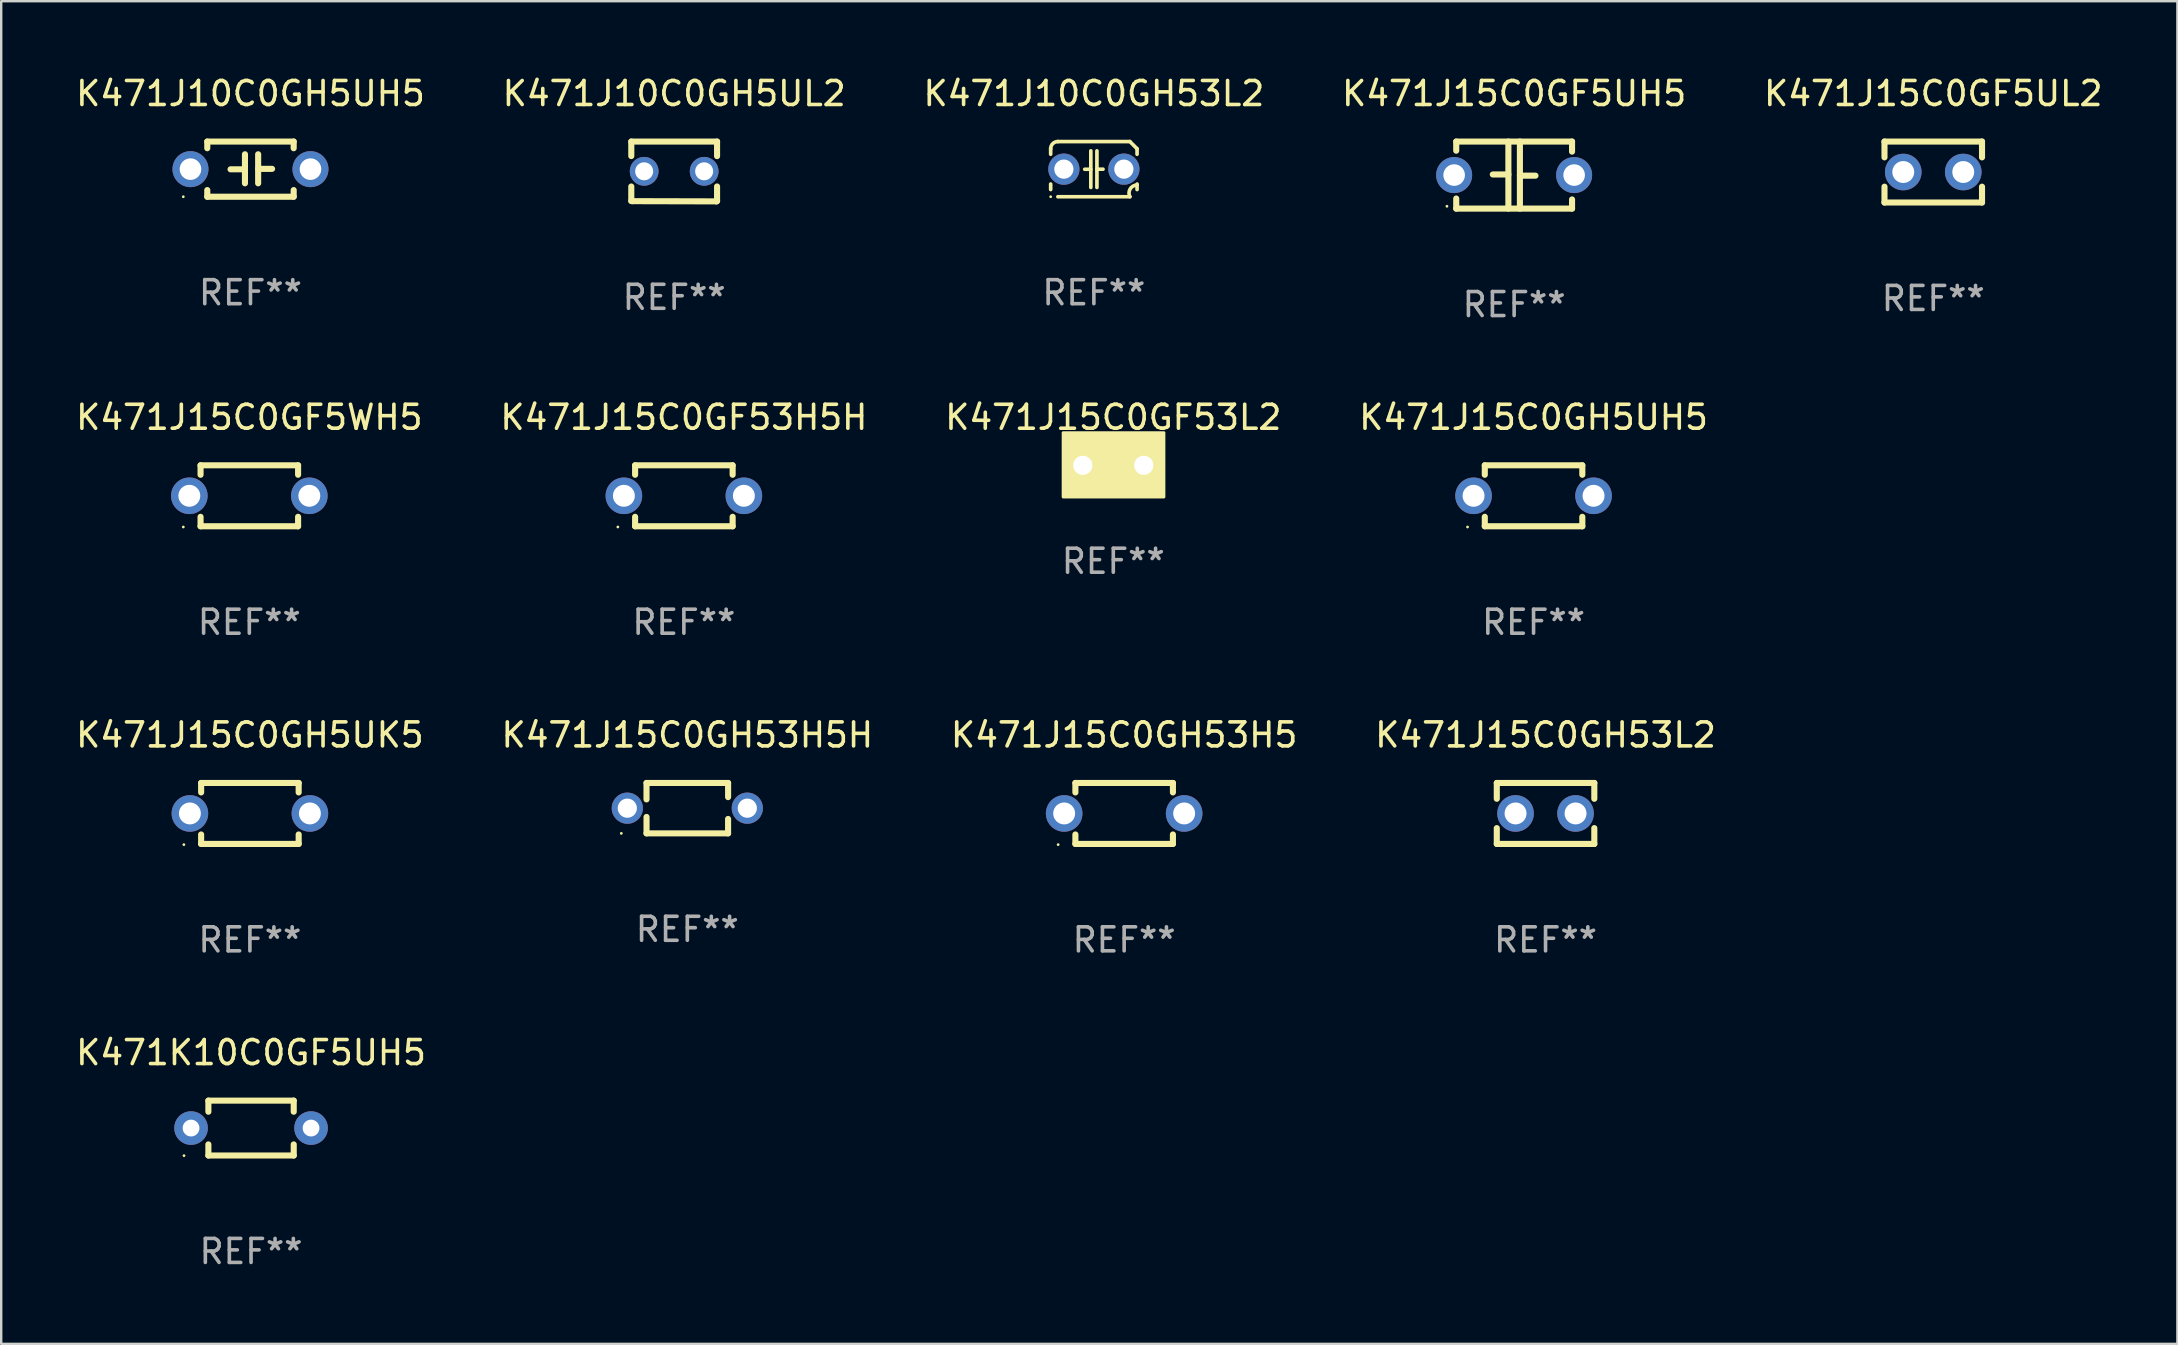
<source format=kicad_pcb>
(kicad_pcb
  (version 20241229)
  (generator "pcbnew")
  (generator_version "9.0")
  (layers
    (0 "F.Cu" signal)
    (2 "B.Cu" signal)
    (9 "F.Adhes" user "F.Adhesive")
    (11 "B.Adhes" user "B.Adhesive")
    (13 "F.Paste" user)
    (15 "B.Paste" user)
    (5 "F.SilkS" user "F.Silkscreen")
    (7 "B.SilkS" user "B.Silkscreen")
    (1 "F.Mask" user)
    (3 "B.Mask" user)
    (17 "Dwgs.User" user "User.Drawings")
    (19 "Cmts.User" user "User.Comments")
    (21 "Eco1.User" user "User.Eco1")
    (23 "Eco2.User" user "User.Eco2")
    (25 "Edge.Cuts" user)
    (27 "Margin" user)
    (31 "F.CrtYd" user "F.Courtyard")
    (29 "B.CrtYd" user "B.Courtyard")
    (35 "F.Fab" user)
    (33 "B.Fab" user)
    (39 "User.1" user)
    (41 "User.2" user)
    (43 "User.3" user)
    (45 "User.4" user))
  (footprint "K471J15C0GH53H5"
    (layer "F.Cu")
    (at 43.792 30.845)
    (property "Reference" "K471J15C0GH53H5" (at 0 -3.27 0) (layer "F.SilkS") (effects (font (size 1 1) (thickness 0.15))))
    (attr through_hole)
    (fp_line (start -2.032 -1.27) (end -2.032 -0.876) (stroke (width 0.254) (type solid)) (layer "F.SilkS"))
    (fp_line (start -2.032 0.876) (end -2.032 1.27) (stroke (width 0.254) (type solid)) (layer "F.SilkS"))
    (fp_line (start -2.032 1.27) (end 2.032 1.27) (stroke (width 0.254) (type solid)) (layer "F.SilkS"))
    (fp_line (start 2.032 -1.27) (end -2.032 -1.27) (stroke (width 0.254) (type solid)) (layer "F.SilkS"))
    (fp_line (start 2.032 -0.876) (end 2.032 -1.27) (stroke (width 0.254) (type solid)) (layer "F.SilkS"))
    (fp_line (start 2.032 1.27) (end 2.032 0.876) (stroke (width 0.254) (type solid)) (layer "F.SilkS"))
    (fp_circle (center -2.751 1.3) (end -2.721 1.3) (stroke (width 0.06) (type solid)) (fill no) (layer "F.SilkS"))
    (fp_text user "REF**" (at 0 5.27 0) (layer "F.Fab") (effects (font (size 1 1) (thickness 0.15))))
    (pad "1" thru_hole circle (at -2.5 0) (size 1.524 1.524) (drill 0.914) (layers "*.Cu" "*.Mask"))
    (pad "2" thru_hole circle (at 2.5 0) (size 1.524 1.524) (drill 0.914) (layers "*.Cu" "*.Mask")))
  (footprint "K471J15C0GF5WH5"
    (layer "F.Cu")
    (at 7.339 17.609)
    (property "Reference" "K471J15C0GF5WH5" (at 0 -3.27 0) (layer "F.SilkS") (effects (font (size 1 1) (thickness 0.15))))
    (attr through_hole)
    (fp_line (start -2.032 -1.27) (end -2.032 -0.876) (stroke (width 0.254) (type solid)) (layer "F.SilkS"))
    (fp_line (start -2.032 0.876) (end -2.032 1.27) (stroke (width 0.254) (type solid)) (layer "F.SilkS"))
    (fp_line (start -2.032 1.27) (end 2.032 1.27) (stroke (width 0.254) (type solid)) (layer "F.SilkS"))
    (fp_line (start 2.032 -1.27) (end -2.032 -1.27) (stroke (width 0.254) (type solid)) (layer "F.SilkS"))
    (fp_line (start 2.032 -0.876) (end 2.032 -1.27) (stroke (width 0.254) (type solid)) (layer "F.SilkS"))
    (fp_line (start 2.032 1.27) (end 2.032 0.876) (stroke (width 0.254) (type solid)) (layer "F.SilkS"))
    (fp_circle (center -2.751 1.3) (end -2.721 1.3) (stroke (width 0.06) (type solid)) (fill no) (layer "F.SilkS"))
    (fp_text user "REF**" (at 0 5.27 0) (layer "F.Fab") (effects (font (size 1 1) (thickness 0.15))))
    (pad "1" thru_hole circle (at -2.5 0) (size 1.524 1.524) (drill 0.914) (layers "*.Cu" "*.Mask"))
    (pad "2" thru_hole circle (at 2.5 0) (size 1.524 1.524) (drill 0.914) (layers "*.Cu" "*.Mask")))
  (footprint "K471J15C0GF5UL2"
    (layer "F.Cu")
    (at 77.506 4.118)
    (property "Reference" "K471J15C0GF5UL2" (at 0 -3.27 0) (layer "F.SilkS") (effects (font (size 1 1) (thickness 0.15))))
    (attr through_hole)
    (fp_line (start -2.032 -1.27) (end -2.032 -0.611) (stroke (width 0.254) (type solid)) (layer "F.SilkS"))
    (fp_line (start -2.032 0.611) (end -2.032 1.27) (stroke (width 0.254) (type solid)) (layer "F.SilkS"))
    (fp_line (start -2.032 1.27) (end 2.032 1.27) (stroke (width 0.254) (type solid)) (layer "F.SilkS"))
    (fp_line (start 2.032 -1.27) (end -2.032 -1.27) (stroke (width 0.254) (type solid)) (layer "F.SilkS"))
    (fp_line (start 2.032 -0.611) (end 2.032 -1.27) (stroke (width 0.254) (type solid)) (layer "F.SilkS"))
    (fp_line (start 2.032 1.27) (end 2.032 0.611) (stroke (width 0.254) (type solid)) (layer "F.SilkS"))
    (fp_circle (center -2 1.3) (end -1.97 1.3) (stroke (width 0.06) (type solid)) (fill no) (layer "F.SilkS"))
    (fp_text user "REF**" (at 0 5.27 0) (layer "F.Fab") (effects (font (size 1 1) (thickness 0.15))))
    (pad "1" thru_hole circle (at -1.25 0) (size 1.524 1.524) (drill 0.914) (layers "*.Cu" "*.Mask"))
    (pad "2" thru_hole circle (at 1.25 0) (size 1.524 1.524) (drill 0.914) (layers "*.Cu" "*.Mask")))
  (footprint "K471J15C0GF5UH5"
    (layer "F.Cu")
    (at 60.042 4.245)
    (property "Reference" "K471J15C0GF5UH5" (at 0 -3.397 0) (layer "F.SilkS") (effects (font (size 1 1) (thickness 0.15))))
    (attr through_hole)
    (fp_line (start -2.413 -1.397) (end 2.413 -1.397) (stroke (width 0.254) (type solid)) (layer "F.SilkS"))
    (fp_line (start -2.413 -1.016) (end -2.413 -1.397) (stroke (width 0.254) (type solid)) (layer "F.SilkS"))
    (fp_line (start -2.413 0.977) (end -2.413 1.397) (stroke (width 0.254) (type solid)) (layer "F.SilkS"))
    (fp_line (start -0.24 -0.025) (end -0.889 -0.025) (stroke (width 0.254) (type solid)) (layer "F.SilkS"))
    (fp_line (start -0.24 1.397) (end -0.24 -1.397) (stroke (width 0.254) (type solid)) (layer "F.SilkS"))
    (fp_line (start 0.24 -1.397) (end 0.24 1.397) (stroke (width 0.254) (type solid)) (layer "F.SilkS"))
    (fp_line (start 0.24 0.025) (end 0.889 0.025) (stroke (width 0.254) (type solid)) (layer "F.SilkS"))
    (fp_line (start 2.413 -0.977) (end 2.413 -1.397) (stroke (width 0.254) (type solid)) (layer "F.SilkS"))
    (fp_line (start 2.413 1.016) (end 2.413 1.397) (stroke (width 0.254) (type solid)) (layer "F.SilkS"))
    (fp_line (start 2.413 1.397) (end -2.413 1.397) (stroke (width 0.254) (type solid)) (layer "F.SilkS"))
    (fp_circle (center -2.8 1.3) (end -2.77 1.3) (stroke (width 0.06) (type solid)) (fill no) (layer "F.SilkS"))
    (fp_text user "REF**" (at 0 5.397 0) (layer "F.Fab") (effects (font (size 1 1) (thickness 0.15))))
    (pad "1" thru_hole circle (at -2.5 0) (size 1.5 1.5) (drill 0.9) (layers "*.Cu" "*.Mask"))
    (pad "2" thru_hole circle (at 2.5 0) (size 1.5 1.5) (drill 0.9) (layers "*.Cu" "*.Mask")))
  (footprint "K471J15C0GF53L2"
    (layer "F.Cu")
    (at 43.339 16.339)
    (property "Reference" "K471J15C0GF53L2" (at 0 -2 0) (layer "F.SilkS") (effects (font (size 1 1) (thickness 0.15))))
    (attr through_hole)
    (fp_circle (center -2 1.3) (end -1.97 1.3) (stroke (width 0.06) (type solid)) (fill no) (layer "F.SilkS"))
    (fp_poly (pts (xy -2.09 -1.36) (xy 2.11 -1.36) (xy 2.11 1.32) (xy -2.09 1.32)) (stroke (width 0.12) (type solid)) (fill yes) (layer "F.SilkS"))
    (fp_text user "REF**" (at 0 4 0) (layer "F.Fab") (effects (font (size 1 1) (thickness 0.15))))
    (pad "1" thru_hole circle (at -1.27 0) (size 1.4 1.4) (drill 0.8) (layers "*.Cu" "*.Mask"))
    (pad "2" thru_hole circle (at 1.27 0) (size 1.4 1.4) (drill 0.8) (layers "*.Cu" "*.Mask")))
  (footprint "K471K10C0GF5UH5"
    (layer "F.Cu")
    (at 7.411 43.955)
    (property "Reference" "K471K10C0GF5UH5" (at 0 -3.143 0) (layer "F.SilkS") (effects (font (size 1 1) (thickness 0.15))))
    (attr through_hole)
    (fp_line (start -1.778 -1.143) (end 1.778 -1.143) (stroke (width 0.254) (type solid)) (layer "F.SilkS"))
    (fp_line (start -1.778 -0.681) (end -1.778 -1.143) (stroke (width 0.254) (type solid)) (layer "F.SilkS"))
    (fp_line (start -1.778 1.143) (end -1.778 0.681) (stroke (width 0.254) (type solid)) (layer "F.SilkS"))
    (fp_line (start 1.778 -1.143) (end 1.778 -0.681) (stroke (width 0.254) (type solid)) (layer "F.SilkS"))
    (fp_line (start 1.778 0.681) (end 1.778 1.143) (stroke (width 0.254) (type solid)) (layer "F.SilkS"))
    (fp_line (start 1.778 1.143) (end -1.778 1.143) (stroke (width 0.254) (type solid)) (layer "F.SilkS"))
    (fp_circle (center -2.794 1.15) (end -2.764 1.15) (stroke (width 0.06) (type solid)) (fill no) (layer "F.SilkS"))
    (fp_text user "REF**" (at 0 5.143 0) (layer "F.Fab") (effects (font (size 1 1) (thickness 0.15))))
    (pad "1" thru_hole circle (at -2.5 0) (size 1.4 1.4) (drill 0.7) (layers "*.Cu" "*.Mask"))
    (pad "2" thru_hole circle (at 2.5 0) (size 1.4 1.4) (drill 0.7) (layers "*.Cu" "*.Mask")))
  (footprint "K471J15C0GH5UH5"
    (layer "F.Cu")
    (at 60.851 17.609)
    (property "Reference" "K471J15C0GH5UH5" (at 0 -3.27 0) (layer "F.SilkS") (effects (font (size 1 1) (thickness 0.15))))
    (attr through_hole)
    (fp_line (start -2.032 -1.27) (end -2.032 -0.876) (stroke (width 0.254) (type solid)) (layer "F.SilkS"))
    (fp_line (start -2.032 0.876) (end -2.032 1.27) (stroke (width 0.254) (type solid)) (layer "F.SilkS"))
    (fp_line (start -2.032 1.27) (end 2.032 1.27) (stroke (width 0.254) (type solid)) (layer "F.SilkS"))
    (fp_line (start 2.032 -1.27) (end -2.032 -1.27) (stroke (width 0.254) (type solid)) (layer "F.SilkS"))
    (fp_line (start 2.032 -0.876) (end 2.032 -1.27) (stroke (width 0.254) (type solid)) (layer "F.SilkS"))
    (fp_line (start 2.032 1.27) (end 2.032 0.876) (stroke (width 0.254) (type solid)) (layer "F.SilkS"))
    (fp_circle (center -2.751 1.3) (end -2.721 1.3) (stroke (width 0.06) (type solid)) (fill no) (layer "F.SilkS"))
    (fp_text user "REF**" (at 0 5.27 0) (layer "F.Fab") (effects (font (size 1 1) (thickness 0.15))))
    (pad "1" thru_hole circle (at -2.5 0) (size 1.524 1.524) (drill 0.914) (layers "*.Cu" "*.Mask"))
    (pad "2" thru_hole circle (at 2.5 0) (size 1.524 1.524) (drill 0.914) (layers "*.Cu" "*.Mask")))
  (footprint "K471J10C0GH5UH5"
    (layer "F.Cu")
    (at 7.387 3.998)
    (property "Reference" "K471J10C0GH5UH5" (at 0 -3.15 0) (layer "F.SilkS") (effects (font (size 1 1) (thickness 0.15))))
    (attr through_hole)
    (fp_line (start -1.8 -1.15) (end -1.8 -0.872) (stroke (width 0.254) (type solid)) (layer "F.SilkS"))
    (fp_line (start -1.8 -1.15) (end 1.8 -1.15) (stroke (width 0.254) (type solid)) (layer "F.SilkS"))
    (fp_line (start -1.8 0.872) (end -1.8 1.15) (stroke (width 0.254) (type solid)) (layer "F.SilkS"))
    (fp_line (start -1.8 1.15) (end 1.8 1.15) (stroke (width 0.254) (type solid)) (layer "F.SilkS"))
    (fp_line (start -0.23 -0.62) (end -0.23 0.59) (stroke (width 0.254) (type solid)) (layer "F.SilkS"))
    (fp_line (start -0.23 0.007) (end -0.83 0.007) (stroke (width 0.254) (type solid)) (layer "F.SilkS"))
    (fp_line (start 0.32 -0.62) (end 0.32 0.59) (stroke (width 0.254) (type solid)) (layer "F.SilkS"))
    (fp_line (start 0.32 -0.012) (end 0.9 -0.012) (stroke (width 0.254) (type solid)) (layer "F.SilkS"))
    (fp_line (start 1.8 -1.15) (end 1.8 -0.872) (stroke (width 0.254) (type solid)) (layer "F.SilkS"))
    (fp_line (start 1.8 0.872) (end 1.8 1.15) (stroke (width 0.254) (type solid)) (layer "F.SilkS"))
    (fp_circle (center -2.8 1.15) (end -2.77 1.15) (stroke (width 0.06) (type solid)) (fill no) (layer "F.SilkS"))
    (fp_text user "REF**" (at 0 5.15 0) (layer "F.Fab") (effects (font (size 1 1) (thickness 0.15))))
    (pad "1" thru_hole circle (at -2.5 0) (size 1.5 1.5) (drill 0.9) (layers "*.Cu" "*.Mask"))
    (pad "2" thru_hole circle (at 2.5 0) (size 1.5 1.5) (drill 0.9) (layers "*.Cu" "*.Mask")))
  (footprint "K471J15C0GH53H5H"
    (layer "F.Cu")
    (at 25.589 30.625)
    (property "Reference" "K471J15C0GH53H5H" (at 0 -3.05 0) (layer "F.SilkS") (effects (font (size 1 1) (thickness 0.15))))
    (attr through_hole)
    (fp_line (start -1.7 -1.05) (end 1.7 -1.05) (stroke (width 0.254) (type solid)) (layer "F.SilkS"))
    (fp_line (start -1.7 -0.365) (end -1.7 -1.05) (stroke (width 0.254) (type solid)) (layer "F.SilkS"))
    (fp_line (start -1.699 1.05) (end -1.699 0.366) (stroke (width 0.254) (type solid)) (layer "F.SilkS"))
    (fp_line (start 1.699 0.45) (end 1.699 1.05) (stroke (width 0.254) (type solid)) (layer "F.SilkS"))
    (fp_line (start 1.699 1.05) (end -1.699 1.05) (stroke (width 0.254) (type solid)) (layer "F.SilkS"))
    (fp_line (start 1.7 -1.05) (end 1.7 -0.46) (stroke (width 0.254) (type solid)) (layer "F.SilkS"))
    (fp_circle (center -2.75 1.051) (end -2.72 1.051) (stroke (width 0.06) (type solid)) (fill no) (layer "F.SilkS"))
    (fp_text user "REF**" (at 0 5.05 0) (layer "F.Fab") (effects (font (size 1 1) (thickness 0.15))))
    (pad "1" thru_hole circle (at -2.5 0.000483) (size 1.3 1.3) (drill 0.8) (layers "*.Cu" "*.Mask"))
    (pad "2" thru_hole circle (at 2.5 0.000483) (size 1.3 1.3) (drill 0.8) (layers "*.Cu" "*.Mask")))
  (footprint "K471J10C0GH53L2"
    (layer "F.Cu")
    (at 42.53 3.998)
    (property "Reference" "K471J10C0GH53L2" (at 0 -3.15 0) (layer "F.SilkS") (effects (font (size 1 1) (thickness 0.15))))
    (attr through_hole)
    (fp_line (start -1.8 -0.621) (end -1.8 -0.85) (stroke (width 0.152) (type solid)) (layer "F.SilkS"))
    (fp_line (start -1.8 0.85) (end -1.8 0.621) (stroke (width 0.152) (type solid)) (layer "F.SilkS"))
    (fp_line (start -1.5 -1.15) (end 1.5 -1.15) (stroke (width 0.152) (type solid)) (layer "F.SilkS"))
    (fp_line (start -0.127 -0.762) (end -0.127 0.762) (stroke (width 0.152) (type solid)) (layer "F.SilkS"))
    (fp_line (start -0.127 0.005) (end -0.381 0.005) (stroke (width 0.152) (type solid)) (layer "F.SilkS"))
    (fp_line (start 0.127 -0.762) (end 0.127 0.762) (stroke (width 0.152) (type solid)) (layer "F.SilkS"))
    (fp_line (start 0.127 0.002) (end 0.381 0.002) (stroke (width 0.152) (type solid)) (layer "F.SilkS"))
    (fp_line (start 1.5 1.15) (end -1.5 1.15) (stroke (width 0.152) (type solid)) (layer "F.SilkS"))
    (fp_line (start 1.8 -0.85) (end 1.8 -0.621) (stroke (width 0.152) (type solid)) (layer "F.SilkS"))
    (fp_line (start 1.8 0.621) (end 1.8 0.85) (stroke (width 0.152) (type solid)) (layer "F.SilkS"))
    (fp_arc (start -1.799975 -0.849987) (mid -1.712107 -1.062119) (end -1.499975 -1.149987) (stroke (width 0.151994) (type solid)) (layer "F.SilkS"))
    (fp_arc (start 1.499975 1.149987) (mid 1.513726 0.822359) (end 1.799975 0.662387) (stroke (width 0.151994) (type solid)) (layer "F.SilkS"))
    (fp_arc (start 1.500001 -1.149986) (mid 1.650015 -1.000001) (end 1.8 -0.849987) (stroke (width 0.151994) (type solid)) (layer "F.SilkS"))
    (fp_circle (center -1.8 1.15) (end -1.77 1.15) (stroke (width 0.06) (type solid)) (fill no) (layer "F.SilkS"))
    (fp_text user "REF**" (at 0 5.15 0) (layer "F.Fab") (effects (font (size 1 1) (thickness 0.15))))
    (pad "1" thru_hole circle (at -1.25 0) (size 1.3 1.3) (drill 0.8) (layers "*.Cu" "*.Mask"))
    (pad "2" thru_hole circle (at 1.25 0) (size 1.3 1.3) (drill 0.8) (layers "*.Cu" "*.Mask")))
  (footprint "K471J15C0GH5UK5"
    (layer "F.Cu")
    (at 7.363 30.845)
    (property "Reference" "K471J15C0GH5UK5" (at 0 -3.27 0) (layer "F.SilkS") (effects (font (size 1 1) (thickness 0.15))))
    (attr through_hole)
    (fp_line (start -2.032 -1.27) (end -2.032 -0.876) (stroke (width 0.254) (type solid)) (layer "F.SilkS"))
    (fp_line (start -2.032 0.876) (end -2.032 1.27) (stroke (width 0.254) (type solid)) (layer "F.SilkS"))
    (fp_line (start -2.032 1.27) (end 2.032 1.27) (stroke (width 0.254) (type solid)) (layer "F.SilkS"))
    (fp_line (start 2.032 -1.27) (end -2.032 -1.27) (stroke (width 0.254) (type solid)) (layer "F.SilkS"))
    (fp_line (start 2.032 -0.876) (end 2.032 -1.27) (stroke (width 0.254) (type solid)) (layer "F.SilkS"))
    (fp_line (start 2.032 1.27) (end 2.032 0.876) (stroke (width 0.254) (type solid)) (layer "F.SilkS"))
    (fp_circle (center -2.751 1.3) (end -2.721 1.3) (stroke (width 0.06) (type solid)) (fill no) (layer "F.SilkS"))
    (fp_text user "REF**" (at 0 5.27 0) (layer "F.Fab") (effects (font (size 1 1) (thickness 0.15))))
    (pad "1" thru_hole circle (at -2.5 0) (size 1.524 1.524) (drill 0.914) (layers "*.Cu" "*.Mask"))
    (pad "2" thru_hole circle (at 2.5 0) (size 1.524 1.524) (drill 0.914) (layers "*.Cu" "*.Mask")))
  (footprint "K471J15C0GF53H5H"
    (layer "F.Cu")
    (at 25.446 17.609)
    (property "Reference" "K471J15C0GF53H5H" (at 0 -3.27 0) (layer "F.SilkS") (effects (font (size 1 1) (thickness 0.15))))
    (attr through_hole)
    (fp_line (start -2.032 -1.27) (end -2.032 -0.876) (stroke (width 0.254) (type solid)) (layer "F.SilkS"))
    (fp_line (start -2.032 0.876) (end -2.032 1.27) (stroke (width 0.254) (type solid)) (layer "F.SilkS"))
    (fp_line (start -2.032 1.27) (end 2.032 1.27) (stroke (width 0.254) (type solid)) (layer "F.SilkS"))
    (fp_line (start 2.032 -1.27) (end -2.032 -1.27) (stroke (width 0.254) (type solid)) (layer "F.SilkS"))
    (fp_line (start 2.032 -0.876) (end 2.032 -1.27) (stroke (width 0.254) (type solid)) (layer "F.SilkS"))
    (fp_line (start 2.032 1.27) (end 2.032 0.876) (stroke (width 0.254) (type solid)) (layer "F.SilkS"))
    (fp_circle (center -2.751 1.3) (end -2.721 1.3) (stroke (width 0.06) (type solid)) (fill no) (layer "F.SilkS"))
    (fp_text user "REF**" (at 0 5.27 0) (layer "F.Fab") (effects (font (size 1 1) (thickness 0.15))))
    (pad "1" thru_hole circle (at -2.5 0) (size 1.524 1.524) (drill 0.914) (layers "*.Cu" "*.Mask"))
    (pad "2" thru_hole circle (at 2.5 0) (size 1.524 1.524) (drill 0.914) (layers "*.Cu" "*.Mask")))
  (footprint "K471J15C0GH53L2"
    (layer "F.Cu")
    (at 61.351 30.845)
    (property "Reference" "K471J15C0GH53L2" (at 0 -3.27 0) (layer "F.SilkS") (effects (font (size 1 1) (thickness 0.15))))
    (attr through_hole)
    (fp_line (start -2.032 -1.27) (end -2.032 -0.611) (stroke (width 0.254) (type solid)) (layer "F.SilkS"))
    (fp_line (start -2.032 0.611) (end -2.032 1.27) (stroke (width 0.254) (type solid)) (layer "F.SilkS"))
    (fp_line (start -2.032 1.27) (end 2.032 1.27) (stroke (width 0.254) (type solid)) (layer "F.SilkS"))
    (fp_line (start 2.032 -1.27) (end -2.032 -1.27) (stroke (width 0.254) (type solid)) (layer "F.SilkS"))
    (fp_line (start 2.032 -0.611) (end 2.032 -1.27) (stroke (width 0.254) (type solid)) (layer "F.SilkS"))
    (fp_line (start 2.032 1.27) (end 2.032 0.611) (stroke (width 0.254) (type solid)) (layer "F.SilkS"))
    (fp_circle (center -2 1.3) (end -1.97 1.3) (stroke (width 0.06) (type solid)) (fill no) (layer "F.SilkS"))
    (fp_text user "REF**" (at 0 5.27 0) (layer "F.Fab") (effects (font (size 1 1) (thickness 0.15))))
    (pad "1" thru_hole circle (at -1.25 0) (size 1.524 1.524) (drill 0.914) (layers "*.Cu" "*.Mask"))
    (pad "2" thru_hole circle (at 1.25 0) (size 1.524 1.524) (drill 0.914) (layers "*.Cu" "*.Mask")))
  (footprint "K471J10C0GH5UL2"
    (layer "F.Cu")
    (at 25.042 4.095)
    (property "Reference" "K471J10C0GH5UL2" (at 0 -3.246 0) (layer "F.SilkS") (effects (font (size 1 1) (thickness 0.15))))
    (attr through_hole)
    (fp_line (start -1.787 -1.246) (end -1.787 -0.642) (stroke (width 0.254) (type solid)) (layer "F.SilkS"))
    (fp_line (start -1.787 0.627) (end -1.787 1.228) (stroke (width 0.254) (type solid)) (layer "F.SilkS"))
    (fp_line (start -1.787 1.228) (end -1.75 1.237) (stroke (width 0.254) (type solid)) (layer "F.SilkS"))
    (fp_line (start -1.75 1.237) (end 1.759 1.246) (stroke (width 0.254) (type solid)) (layer "F.SilkS"))
    (fp_line (start 1.759 1.246) (end 1.787 1.218) (stroke (width 0.254) (type solid)) (layer "F.SilkS"))
    (fp_line (start 1.787 -1.246) (end -1.787 -1.246) (stroke (width 0.254) (type solid)) (layer "F.SilkS"))
    (fp_line (start 1.787 -0.639) (end 1.787 -1.246) (stroke (width 0.254) (type solid)) (layer "F.SilkS"))
    (fp_line (start 1.787 1.237) (end 1.787 0.625) (stroke (width 0.254) (type solid)) (layer "F.SilkS"))
    (fp_circle (center -1.801 1.243) (end -1.771 1.243) (stroke (width 0.06) (type solid)) (fill no) (layer "F.SilkS"))
    (fp_text user "REF**" (at 0 5.246 0) (layer "F.Fab") (effects (font (size 1 1) (thickness 0.15))))
    (pad "1" thru_hole circle (at -1.251 -0.007) (size 1.2 1.2) (drill 0.75) (layers "*.Cu" "*.Mask"))
    (pad "2" thru_hole circle (at 1.249 -0.007) (size 1.2 1.2) (drill 0.75) (layers "*.Cu" "*.Mask")))
  (gr_rect
    (start -3 -3)
    (end 87.679 52.946)
    (stroke (width 0.1) (type default))
    (fill no)
    (layer "Edge.Cuts")))
</source>
